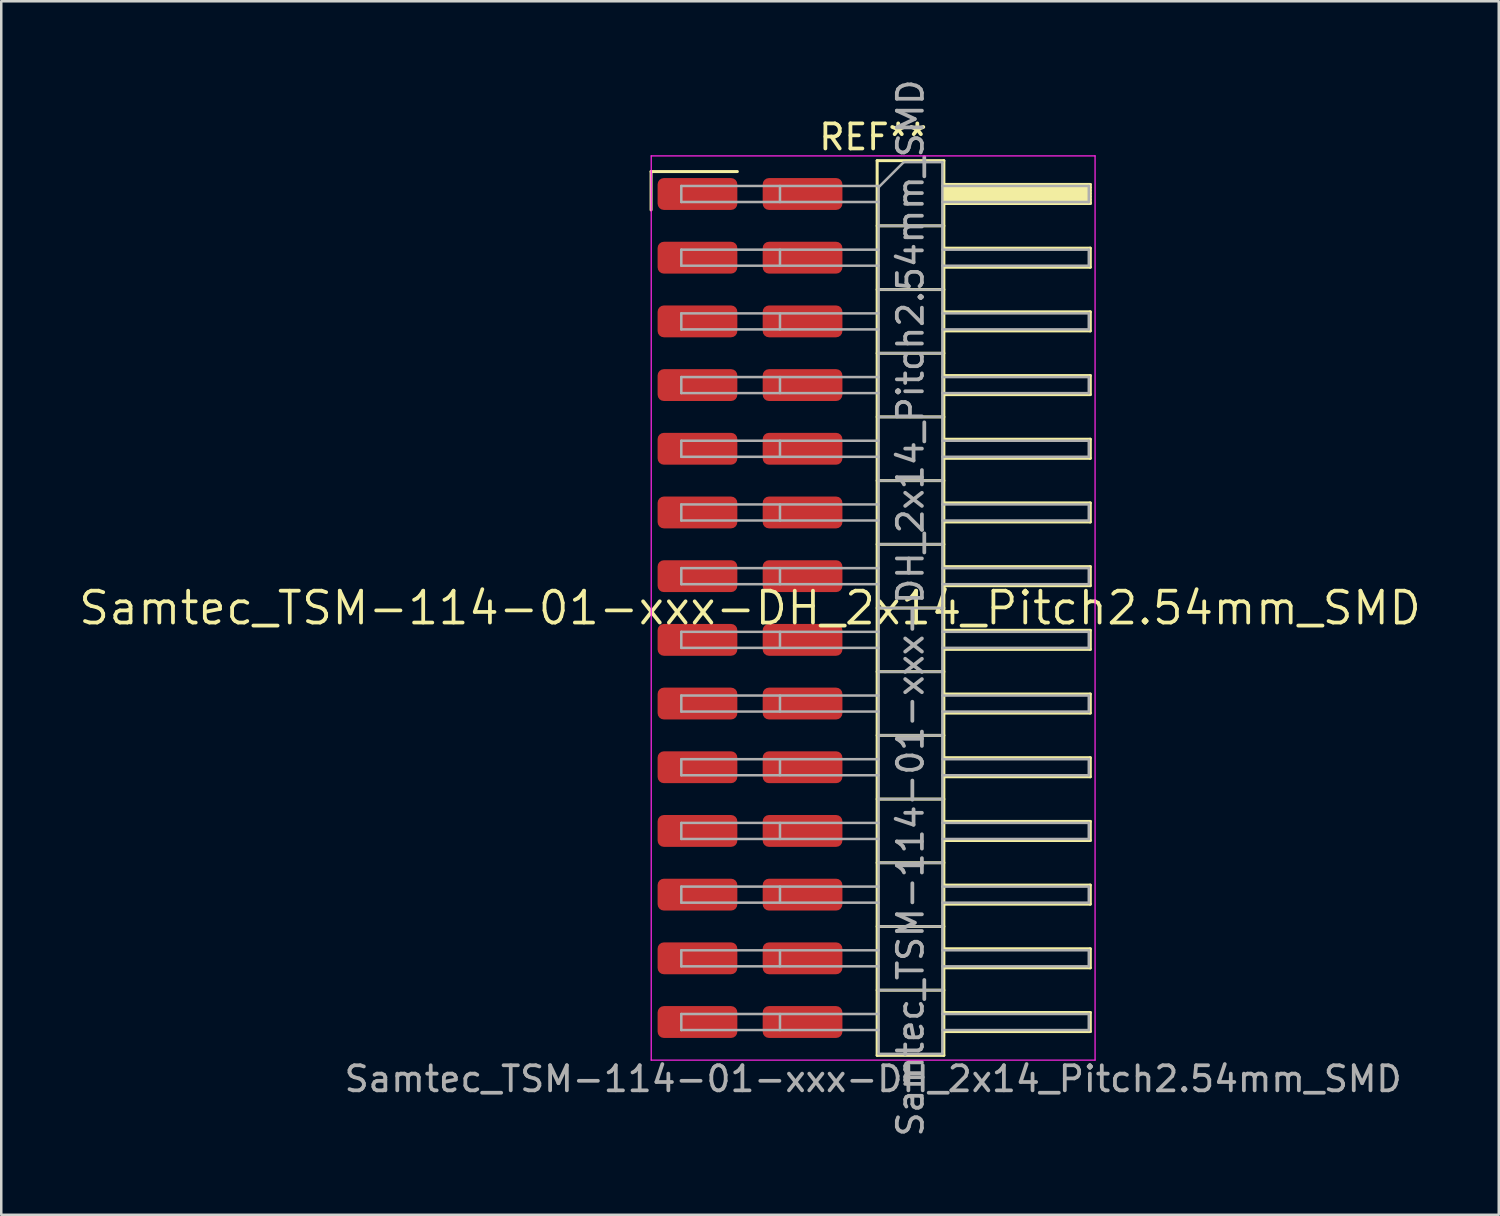
<source format=kicad_pcb>
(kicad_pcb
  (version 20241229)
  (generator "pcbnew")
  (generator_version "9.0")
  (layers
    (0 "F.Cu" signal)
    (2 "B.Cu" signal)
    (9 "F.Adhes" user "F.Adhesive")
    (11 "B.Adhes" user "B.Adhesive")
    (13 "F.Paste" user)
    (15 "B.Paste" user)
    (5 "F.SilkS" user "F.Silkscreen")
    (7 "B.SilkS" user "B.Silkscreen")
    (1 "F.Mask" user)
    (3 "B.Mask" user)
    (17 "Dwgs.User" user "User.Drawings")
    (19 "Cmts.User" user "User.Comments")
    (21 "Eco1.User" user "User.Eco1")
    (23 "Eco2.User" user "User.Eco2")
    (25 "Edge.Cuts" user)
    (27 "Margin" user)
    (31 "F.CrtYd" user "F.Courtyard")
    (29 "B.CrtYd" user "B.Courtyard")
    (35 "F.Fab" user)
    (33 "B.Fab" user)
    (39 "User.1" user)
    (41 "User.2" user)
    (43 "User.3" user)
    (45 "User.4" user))
  (footprint "Samtec_TSM-114-01-xxx-DH_2x14_Pitch2.54mm_SMD"
    (layer "F.Cu")
    (at 26.859 21.196)
    (property "Reference" "Samtec_TSM-114-01-xxx-DH_2x14_Pitch2.54mm_SMD" (at 0 0 0) (layer "F.SilkS") (effects (font (size 1.27 1.27) (thickness 0.15))))
    (attr smd)
    (fp_line (start -3.945 -17.405) (end -0.505 -17.405) (stroke (width 0.12) (type solid)) (layer "F.SilkS"))
    (fp_line (start -3.945 -15.875) (end -3.945 -17.405) (stroke (width 0.12) (type solid)) (layer "F.SilkS"))
    (fp_line (start 5.07 -17.84) (end 7.73 -17.84) (stroke (width 0.12) (type solid)) (layer "F.SilkS"))
    (fp_line (start 5.07 -15.24) (end 7.73 -15.24) (stroke (width 0.12) (type solid)) (layer "F.SilkS"))
    (fp_line (start 5.07 -12.7) (end 7.73 -12.7) (stroke (width 0.12) (type solid)) (layer "F.SilkS"))
    (fp_line (start 5.07 -10.16) (end 7.73 -10.16) (stroke (width 0.12) (type solid)) (layer "F.SilkS"))
    (fp_line (start 5.07 -7.62) (end 7.73 -7.62) (stroke (width 0.12) (type solid)) (layer "F.SilkS"))
    (fp_line (start 5.07 -5.08) (end 7.73 -5.08) (stroke (width 0.12) (type solid)) (layer "F.SilkS"))
    (fp_line (start 5.07 -2.54) (end 7.73 -2.54) (stroke (width 0.12) (type solid)) (layer "F.SilkS"))
    (fp_line (start 5.07 0) (end 7.73 0) (stroke (width 0.12) (type solid)) (layer "F.SilkS"))
    (fp_line (start 5.07 2.54) (end 7.73 2.54) (stroke (width 0.12) (type solid)) (layer "F.SilkS"))
    (fp_line (start 5.07 5.08) (end 7.73 5.08) (stroke (width 0.12) (type solid)) (layer "F.SilkS"))
    (fp_line (start 5.07 7.62) (end 7.73 7.62) (stroke (width 0.12) (type solid)) (layer "F.SilkS"))
    (fp_line (start 5.07 10.16) (end 7.73 10.16) (stroke (width 0.12) (type solid)) (layer "F.SilkS"))
    (fp_line (start 5.07 12.7) (end 7.73 12.7) (stroke (width 0.12) (type solid)) (layer "F.SilkS"))
    (fp_line (start 5.07 15.24) (end 7.73 15.24) (stroke (width 0.12) (type solid)) (layer "F.SilkS"))
    (fp_line (start 5.07 17.84) (end 5.07 -17.84) (stroke (width 0.12) (type solid)) (layer "F.SilkS"))
    (fp_line (start 7.73 -17.84) (end 7.73 17.84) (stroke (width 0.12) (type solid)) (layer "F.SilkS"))
    (fp_line (start 7.73 -16.89) (end 13.57 -16.89) (stroke (width 0.12) (type solid)) (layer "F.SilkS"))
    (fp_line (start 7.73 -16.77) (end 13.57 -16.77) (stroke (width 0.12) (type solid)) (layer "F.SilkS"))
    (fp_line (start 7.73 -16.65) (end 13.57 -16.65) (stroke (width 0.12) (type solid)) (layer "F.SilkS"))
    (fp_line (start 7.73 -16.53) (end 13.57 -16.53) (stroke (width 0.12) (type solid)) (layer "F.SilkS"))
    (fp_line (start 7.73 -16.41) (end 13.57 -16.41) (stroke (width 0.12) (type solid)) (layer "F.SilkS"))
    (fp_line (start 7.73 -16.29) (end 13.57 -16.29) (stroke (width 0.12) (type solid)) (layer "F.SilkS"))
    (fp_line (start 7.73 -16.17) (end 13.57 -16.17) (stroke (width 0.12) (type solid)) (layer "F.SilkS"))
    (fp_line (start 7.73 -16.13) (end 13.57 -16.13) (stroke (width 0.12) (type solid)) (layer "F.SilkS"))
    (fp_line (start 7.73 -14.35) (end 13.57 -14.35) (stroke (width 0.12) (type solid)) (layer "F.SilkS"))
    (fp_line (start 7.73 -13.59) (end 13.57 -13.59) (stroke (width 0.12) (type solid)) (layer "F.SilkS"))
    (fp_line (start 7.73 -11.81) (end 13.57 -11.81) (stroke (width 0.12) (type solid)) (layer "F.SilkS"))
    (fp_line (start 7.73 -11.05) (end 13.57 -11.05) (stroke (width 0.12) (type solid)) (layer "F.SilkS"))
    (fp_line (start 7.73 -9.27) (end 13.57 -9.27) (stroke (width 0.12) (type solid)) (layer "F.SilkS"))
    (fp_line (start 7.73 -8.51) (end 13.57 -8.51) (stroke (width 0.12) (type solid)) (layer "F.SilkS"))
    (fp_line (start 7.73 -6.73) (end 13.57 -6.73) (stroke (width 0.12) (type solid)) (layer "F.SilkS"))
    (fp_line (start 7.73 -5.97) (end 13.57 -5.97) (stroke (width 0.12) (type solid)) (layer "F.SilkS"))
    (fp_line (start 7.73 -4.19) (end 13.57 -4.19) (stroke (width 0.12) (type solid)) (layer "F.SilkS"))
    (fp_line (start 7.73 -3.43) (end 13.57 -3.43) (stroke (width 0.12) (type solid)) (layer "F.SilkS"))
    (fp_line (start 7.73 -1.65) (end 13.57 -1.65) (stroke (width 0.12) (type solid)) (layer "F.SilkS"))
    (fp_line (start 7.73 -0.89) (end 13.57 -0.89) (stroke (width 0.12) (type solid)) (layer "F.SilkS"))
    (fp_line (start 7.73 0.89) (end 13.57 0.89) (stroke (width 0.12) (type solid)) (layer "F.SilkS"))
    (fp_line (start 7.73 1.65) (end 13.57 1.65) (stroke (width 0.12) (type solid)) (layer "F.SilkS"))
    (fp_line (start 7.73 3.43) (end 13.57 3.43) (stroke (width 0.12) (type solid)) (layer "F.SilkS"))
    (fp_line (start 7.73 4.19) (end 13.57 4.19) (stroke (width 0.12) (type solid)) (layer "F.SilkS"))
    (fp_line (start 7.73 5.97) (end 13.57 5.97) (stroke (width 0.12) (type solid)) (layer "F.SilkS"))
    (fp_line (start 7.73 6.73) (end 13.57 6.73) (stroke (width 0.12) (type solid)) (layer "F.SilkS"))
    (fp_line (start 7.73 8.51) (end 13.57 8.51) (stroke (width 0.12) (type solid)) (layer "F.SilkS"))
    (fp_line (start 7.73 9.27) (end 13.57 9.27) (stroke (width 0.12) (type solid)) (layer "F.SilkS"))
    (fp_line (start 7.73 11.05) (end 13.57 11.05) (stroke (width 0.12) (type solid)) (layer "F.SilkS"))
    (fp_line (start 7.73 11.81) (end 13.57 11.81) (stroke (width 0.12) (type solid)) (layer "F.SilkS"))
    (fp_line (start 7.73 13.59) (end 13.57 13.59) (stroke (width 0.12) (type solid)) (layer "F.SilkS"))
    (fp_line (start 7.73 14.35) (end 13.57 14.35) (stroke (width 0.12) (type solid)) (layer "F.SilkS"))
    (fp_line (start 7.73 16.13) (end 13.57 16.13) (stroke (width 0.12) (type solid)) (layer "F.SilkS"))
    (fp_line (start 7.73 16.89) (end 13.57 16.89) (stroke (width 0.12) (type solid)) (layer "F.SilkS"))
    (fp_line (start 7.73 17.84) (end 5.07 17.84) (stroke (width 0.12) (type solid)) (layer "F.SilkS"))
    (fp_line (start 13.57 -16.89) (end 13.57 -16.13) (stroke (width 0.12) (type solid)) (layer "F.SilkS"))
    (fp_line (start 13.57 -14.35) (end 13.57 -13.59) (stroke (width 0.12) (type solid)) (layer "F.SilkS"))
    (fp_line (start 13.57 -11.81) (end 13.57 -11.05) (stroke (width 0.12) (type solid)) (layer "F.SilkS"))
    (fp_line (start 13.57 -9.27) (end 13.57 -8.51) (stroke (width 0.12) (type solid)) (layer "F.SilkS"))
    (fp_line (start 13.57 -6.73) (end 13.57 -5.97) (stroke (width 0.12) (type solid)) (layer "F.SilkS"))
    (fp_line (start 13.57 -4.19) (end 13.57 -3.43) (stroke (width 0.12) (type solid)) (layer "F.SilkS"))
    (fp_line (start 13.57 -1.65) (end 13.57 -0.89) (stroke (width 0.12) (type solid)) (layer "F.SilkS"))
    (fp_line (start 13.57 0.89) (end 13.57 1.65) (stroke (width 0.12) (type solid)) (layer "F.SilkS"))
    (fp_line (start 13.57 3.43) (end 13.57 4.19) (stroke (width 0.12) (type solid)) (layer "F.SilkS"))
    (fp_line (start 13.57 5.97) (end 13.57 6.73) (stroke (width 0.12) (type solid)) (layer "F.SilkS"))
    (fp_line (start 13.57 8.51) (end 13.57 9.27) (stroke (width 0.12) (type solid)) (layer "F.SilkS"))
    (fp_line (start 13.57 11.05) (end 13.57 11.81) (stroke (width 0.12) (type solid)) (layer "F.SilkS"))
    (fp_line (start 13.57 13.59) (end 13.57 14.35) (stroke (width 0.12) (type solid)) (layer "F.SilkS"))
    (fp_line (start 13.57 16.13) (end 13.57 16.89) (stroke (width 0.12) (type solid)) (layer "F.SilkS"))
    (fp_line (start -3.94 -18.03) (end 13.76 -18.03) (stroke (width 0.05) (type solid)) (layer "F.CrtYd"))
    (fp_line (start -3.94 18.03) (end -3.94 -18.03) (stroke (width 0.05) (type solid)) (layer "F.CrtYd"))
    (fp_line (start 13.76 -18.03) (end 13.76 18.03) (stroke (width 0.05) (type solid)) (layer "F.CrtYd"))
    (fp_line (start 13.76 18.03) (end -3.94 18.03) (stroke (width 0.05) (type solid)) (layer "F.CrtYd"))
    (fp_line (start -2.74 -16.83) (end -2.74 -16.19) (stroke (width 0.1) (type solid)) (layer "F.Fab"))
    (fp_line (start -2.74 -16.83) (end 5.13 -16.83) (stroke (width 0.1) (type solid)) (layer "F.Fab"))
    (fp_line (start -2.74 -16.19) (end 5.13 -16.19) (stroke (width 0.1) (type solid)) (layer "F.Fab"))
    (fp_line (start -2.74 -14.29) (end -2.74 -13.65) (stroke (width 0.1) (type solid)) (layer "F.Fab"))
    (fp_line (start -2.74 -14.29) (end 5.13 -14.29) (stroke (width 0.1) (type solid)) (layer "F.Fab"))
    (fp_line (start -2.74 -13.65) (end 5.13 -13.65) (stroke (width 0.1) (type solid)) (layer "F.Fab"))
    (fp_line (start -2.74 -11.75) (end -2.74 -11.11) (stroke (width 0.1) (type solid)) (layer "F.Fab"))
    (fp_line (start -2.74 -11.75) (end 5.13 -11.75) (stroke (width 0.1) (type solid)) (layer "F.Fab"))
    (fp_line (start -2.74 -11.11) (end 5.13 -11.11) (stroke (width 0.1) (type solid)) (layer "F.Fab"))
    (fp_line (start -2.74 -9.21) (end -2.74 -8.57) (stroke (width 0.1) (type solid)) (layer "F.Fab"))
    (fp_line (start -2.74 -9.21) (end 5.13 -9.21) (stroke (width 0.1) (type solid)) (layer "F.Fab"))
    (fp_line (start -2.74 -8.57) (end 5.13 -8.57) (stroke (width 0.1) (type solid)) (layer "F.Fab"))
    (fp_line (start -2.74 -6.67) (end -2.74 -6.03) (stroke (width 0.1) (type solid)) (layer "F.Fab"))
    (fp_line (start -2.74 -6.67) (end 5.13 -6.67) (stroke (width 0.1) (type solid)) (layer "F.Fab"))
    (fp_line (start -2.74 -6.03) (end 5.13 -6.03) (stroke (width 0.1) (type solid)) (layer "F.Fab"))
    (fp_line (start -2.74 -4.13) (end -2.74 -3.49) (stroke (width 0.1) (type solid)) (layer "F.Fab"))
    (fp_line (start -2.74 -4.13) (end 5.13 -4.13) (stroke (width 0.1) (type solid)) (layer "F.Fab"))
    (fp_line (start -2.74 -3.49) (end 5.13 -3.49) (stroke (width 0.1) (type solid)) (layer "F.Fab"))
    (fp_line (start -2.74 -1.59) (end -2.74 -0.95) (stroke (width 0.1) (type solid)) (layer "F.Fab"))
    (fp_line (start -2.74 -1.59) (end 5.13 -1.59) (stroke (width 0.1) (type solid)) (layer "F.Fab"))
    (fp_line (start -2.74 -0.95) (end 5.13 -0.95) (stroke (width 0.1) (type solid)) (layer "F.Fab"))
    (fp_line (start -2.74 0.95) (end -2.74 1.59) (stroke (width 0.1) (type solid)) (layer "F.Fab"))
    (fp_line (start -2.74 0.95) (end 5.13 0.95) (stroke (width 0.1) (type solid)) (layer "F.Fab"))
    (fp_line (start -2.74 1.59) (end 5.13 1.59) (stroke (width 0.1) (type solid)) (layer "F.Fab"))
    (fp_line (start -2.74 3.49) (end -2.74 4.13) (stroke (width 0.1) (type solid)) (layer "F.Fab"))
    (fp_line (start -2.74 3.49) (end 5.13 3.49) (stroke (width 0.1) (type solid)) (layer "F.Fab"))
    (fp_line (start -2.74 4.13) (end 5.13 4.13) (stroke (width 0.1) (type solid)) (layer "F.Fab"))
    (fp_line (start -2.74 6.03) (end -2.74 6.67) (stroke (width 0.1) (type solid)) (layer "F.Fab"))
    (fp_line (start -2.74 6.03) (end 5.13 6.03) (stroke (width 0.1) (type solid)) (layer "F.Fab"))
    (fp_line (start -2.74 6.67) (end 5.13 6.67) (stroke (width 0.1) (type solid)) (layer "F.Fab"))
    (fp_line (start -2.74 8.57) (end -2.74 9.21) (stroke (width 0.1) (type solid)) (layer "F.Fab"))
    (fp_line (start -2.74 8.57) (end 5.13 8.57) (stroke (width 0.1) (type solid)) (layer "F.Fab"))
    (fp_line (start -2.74 9.21) (end 5.13 9.21) (stroke (width 0.1) (type solid)) (layer "F.Fab"))
    (fp_line (start -2.74 11.11) (end -2.74 11.75) (stroke (width 0.1) (type solid)) (layer "F.Fab"))
    (fp_line (start -2.74 11.11) (end 5.13 11.11) (stroke (width 0.1) (type solid)) (layer "F.Fab"))
    (fp_line (start -2.74 11.75) (end 5.13 11.75) (stroke (width 0.1) (type solid)) (layer "F.Fab"))
    (fp_line (start -2.74 13.65) (end -2.74 14.29) (stroke (width 0.1) (type solid)) (layer "F.Fab"))
    (fp_line (start -2.74 13.65) (end 5.13 13.65) (stroke (width 0.1) (type solid)) (layer "F.Fab"))
    (fp_line (start -2.74 14.29) (end 5.13 14.29) (stroke (width 0.1) (type solid)) (layer "F.Fab"))
    (fp_line (start -2.74 16.19) (end -2.74 16.83) (stroke (width 0.1) (type solid)) (layer "F.Fab"))
    (fp_line (start -2.74 16.19) (end 5.13 16.19) (stroke (width 0.1) (type solid)) (layer "F.Fab"))
    (fp_line (start -2.74 16.83) (end 5.13 16.83) (stroke (width 0.1) (type solid)) (layer "F.Fab"))
    (fp_line (start 1.195 -16.83) (end 1.195 -16.19) (stroke (width 0.1) (type solid)) (layer "F.Fab"))
    (fp_line (start 1.195 -14.29) (end 1.195 -13.65) (stroke (width 0.1) (type solid)) (layer "F.Fab"))
    (fp_line (start 1.195 -11.75) (end 1.195 -11.11) (stroke (width 0.1) (type solid)) (layer "F.Fab"))
    (fp_line (start 1.195 -9.21) (end 1.195 -8.57) (stroke (width 0.1) (type solid)) (layer "F.Fab"))
    (fp_line (start 1.195 -6.67) (end 1.195 -6.03) (stroke (width 0.1) (type solid)) (layer "F.Fab"))
    (fp_line (start 1.195 -4.13) (end 1.195 -3.49) (stroke (width 0.1) (type solid)) (layer "F.Fab"))
    (fp_line (start 1.195 -1.59) (end 1.195 -0.95) (stroke (width 0.1) (type solid)) (layer "F.Fab"))
    (fp_line (start 1.195 0.95) (end 1.195 1.59) (stroke (width 0.1) (type solid)) (layer "F.Fab"))
    (fp_line (start 1.195 3.49) (end 1.195 4.13) (stroke (width 0.1) (type solid)) (layer "F.Fab"))
    (fp_line (start 1.195 6.03) (end 1.195 6.67) (stroke (width 0.1) (type solid)) (layer "F.Fab"))
    (fp_line (start 1.195 8.57) (end 1.195 9.21) (stroke (width 0.1) (type solid)) (layer "F.Fab"))
    (fp_line (start 1.195 11.11) (end 1.195 11.75) (stroke (width 0.1) (type solid)) (layer "F.Fab"))
    (fp_line (start 1.195 13.65) (end 1.195 14.29) (stroke (width 0.1) (type solid)) (layer "F.Fab"))
    (fp_line (start 1.195 16.19) (end 1.195 16.83) (stroke (width 0.1) (type solid)) (layer "F.Fab"))
    (fp_line (start 5.13 -16.78) (end 6.13 -17.78) (stroke (width 0.1) (type solid)) (layer "F.Fab"))
    (fp_line (start 5.13 -15.24) (end 7.67 -15.24) (stroke (width 0.1) (type solid)) (layer "F.Fab"))
    (fp_line (start 5.13 -12.7) (end 7.67 -12.7) (stroke (width 0.1) (type solid)) (layer "F.Fab"))
    (fp_line (start 5.13 -10.16) (end 7.67 -10.16) (stroke (width 0.1) (type solid)) (layer "F.Fab"))
    (fp_line (start 5.13 -7.62) (end 7.67 -7.62) (stroke (width 0.1) (type solid)) (layer "F.Fab"))
    (fp_line (start 5.13 -5.08) (end 7.67 -5.08) (stroke (width 0.1) (type solid)) (layer "F.Fab"))
    (fp_line (start 5.13 -2.54) (end 7.67 -2.54) (stroke (width 0.1) (type solid)) (layer "F.Fab"))
    (fp_line (start 5.13 0) (end 7.67 0) (stroke (width 0.1) (type solid)) (layer "F.Fab"))
    (fp_line (start 5.13 2.54) (end 7.67 2.54) (stroke (width 0.1) (type solid)) (layer "F.Fab"))
    (fp_line (start 5.13 5.08) (end 7.67 5.08) (stroke (width 0.1) (type solid)) (layer "F.Fab"))
    (fp_line (start 5.13 7.62) (end 7.67 7.62) (stroke (width 0.1) (type solid)) (layer "F.Fab"))
    (fp_line (start 5.13 10.16) (end 7.67 10.16) (stroke (width 0.1) (type solid)) (layer "F.Fab"))
    (fp_line (start 5.13 12.7) (end 7.67 12.7) (stroke (width 0.1) (type solid)) (layer "F.Fab"))
    (fp_line (start 5.13 15.24) (end 7.67 15.24) (stroke (width 0.1) (type solid)) (layer "F.Fab"))
    (fp_line (start 5.13 17.78) (end 5.13 -16.78) (stroke (width 0.1) (type solid)) (layer "F.Fab"))
    (fp_line (start 6.13 -17.78) (end 7.67 -17.78) (stroke (width 0.1) (type solid)) (layer "F.Fab"))
    (fp_line (start 7.67 -17.78) (end 7.67 17.78) (stroke (width 0.1) (type solid)) (layer "F.Fab"))
    (fp_line (start 7.67 -16.83) (end 13.51 -16.83) (stroke (width 0.1) (type solid)) (layer "F.Fab"))
    (fp_line (start 7.67 -16.19) (end 13.51 -16.19) (stroke (width 0.1) (type solid)) (layer "F.Fab"))
    (fp_line (start 7.67 -14.29) (end 13.51 -14.29) (stroke (width 0.1) (type solid)) (layer "F.Fab"))
    (fp_line (start 7.67 -13.65) (end 13.51 -13.65) (stroke (width 0.1) (type solid)) (layer "F.Fab"))
    (fp_line (start 7.67 -11.75) (end 13.51 -11.75) (stroke (width 0.1) (type solid)) (layer "F.Fab"))
    (fp_line (start 7.67 -11.11) (end 13.51 -11.11) (stroke (width 0.1) (type solid)) (layer "F.Fab"))
    (fp_line (start 7.67 -9.21) (end 13.51 -9.21) (stroke (width 0.1) (type solid)) (layer "F.Fab"))
    (fp_line (start 7.67 -8.57) (end 13.51 -8.57) (stroke (width 0.1) (type solid)) (layer "F.Fab"))
    (fp_line (start 7.67 -6.67) (end 13.51 -6.67) (stroke (width 0.1) (type solid)) (layer "F.Fab"))
    (fp_line (start 7.67 -6.03) (end 13.51 -6.03) (stroke (width 0.1) (type solid)) (layer "F.Fab"))
    (fp_line (start 7.67 -4.13) (end 13.51 -4.13) (stroke (width 0.1) (type solid)) (layer "F.Fab"))
    (fp_line (start 7.67 -3.49) (end 13.51 -3.49) (stroke (width 0.1) (type solid)) (layer "F.Fab"))
    (fp_line (start 7.67 -1.59) (end 13.51 -1.59) (stroke (width 0.1) (type solid)) (layer "F.Fab"))
    (fp_line (start 7.67 -0.95) (end 13.51 -0.95) (stroke (width 0.1) (type solid)) (layer "F.Fab"))
    (fp_line (start 7.67 0.95) (end 13.51 0.95) (stroke (width 0.1) (type solid)) (layer "F.Fab"))
    (fp_line (start 7.67 1.59) (end 13.51 1.59) (stroke (width 0.1) (type solid)) (layer "F.Fab"))
    (fp_line (start 7.67 3.49) (end 13.51 3.49) (stroke (width 0.1) (type solid)) (layer "F.Fab"))
    (fp_line (start 7.67 4.13) (end 13.51 4.13) (stroke (width 0.1) (type solid)) (layer "F.Fab"))
    (fp_line (start 7.67 6.03) (end 13.51 6.03) (stroke (width 0.1) (type solid)) (layer "F.Fab"))
    (fp_line (start 7.67 6.67) (end 13.51 6.67) (stroke (width 0.1) (type solid)) (layer "F.Fab"))
    (fp_line (start 7.67 8.57) (end 13.51 8.57) (stroke (width 0.1) (type solid)) (layer "F.Fab"))
    (fp_line (start 7.67 9.21) (end 13.51 9.21) (stroke (width 0.1) (type solid)) (layer "F.Fab"))
    (fp_line (start 7.67 11.11) (end 13.51 11.11) (stroke (width 0.1) (type solid)) (layer "F.Fab"))
    (fp_line (start 7.67 11.75) (end 13.51 11.75) (stroke (width 0.1) (type solid)) (layer "F.Fab"))
    (fp_line (start 7.67 13.65) (end 13.51 13.65) (stroke (width 0.1) (type solid)) (layer "F.Fab"))
    (fp_line (start 7.67 14.29) (end 13.51 14.29) (stroke (width 0.1) (type solid)) (layer "F.Fab"))
    (fp_line (start 7.67 16.19) (end 13.51 16.19) (stroke (width 0.1) (type solid)) (layer "F.Fab"))
    (fp_line (start 7.67 16.83) (end 13.51 16.83) (stroke (width 0.1) (type solid)) (layer "F.Fab"))
    (fp_line (start 7.67 17.78) (end 5.13 17.78) (stroke (width 0.1) (type solid)) (layer "F.Fab"))
    (fp_line (start 13.51 -16.83) (end 13.51 -16.19) (stroke (width 0.1) (type solid)) (layer "F.Fab"))
    (fp_line (start 13.51 -14.29) (end 13.51 -13.65) (stroke (width 0.1) (type solid)) (layer "F.Fab"))
    (fp_line (start 13.51 -11.75) (end 13.51 -11.11) (stroke (width 0.1) (type solid)) (layer "F.Fab"))
    (fp_line (start 13.51 -9.21) (end 13.51 -8.57) (stroke (width 0.1) (type solid)) (layer "F.Fab"))
    (fp_line (start 13.51 -6.67) (end 13.51 -6.03) (stroke (width 0.1) (type solid)) (layer "F.Fab"))
    (fp_line (start 13.51 -4.13) (end 13.51 -3.49) (stroke (width 0.1) (type solid)) (layer "F.Fab"))
    (fp_line (start 13.51 -1.59) (end 13.51 -0.95) (stroke (width 0.1) (type solid)) (layer "F.Fab"))
    (fp_line (start 13.51 0.95) (end 13.51 1.59) (stroke (width 0.1) (type solid)) (layer "F.Fab"))
    (fp_line (start 13.51 3.49) (end 13.51 4.13) (stroke (width 0.1) (type solid)) (layer "F.Fab"))
    (fp_line (start 13.51 6.03) (end 13.51 6.67) (stroke (width 0.1) (type solid)) (layer "F.Fab"))
    (fp_line (start 13.51 8.57) (end 13.51 9.21) (stroke (width 0.1) (type solid)) (layer "F.Fab"))
    (fp_line (start 13.51 11.11) (end 13.51 11.75) (stroke (width 0.1) (type solid)) (layer "F.Fab"))
    (fp_line (start 13.51 13.65) (end 13.51 14.29) (stroke (width 0.1) (type solid)) (layer "F.Fab"))
    (fp_line (start 13.51 16.19) (end 13.51 16.83) (stroke (width 0.1) (type solid)) (layer "F.Fab"))
    (fp_text user "REF**" (at 4.91 -18.78 0) (layer "F.SilkS") (effects (font (size 1 1) (thickness 0.15))))
    (fp_text user "Samtec_TSM-114-01-xxx-DH_2x14_Pitch2.54mm_SMD" (at 4.91 18.78 0) (layer "F.Fab") (effects (font (size 1 1) (thickness 0.15))))
    (fp_text user "${REFERENCE}" (at 6.4 0 90) (layer "F.Fab") (effects (font (size 1 1) (thickness 0.15))))
    (pad "1" smd roundrect (at -2.095 -16.51) (size 3.18 1.27) (layers "F.Cu" "F.Mask" "F.Paste") (roundrect_rratio 0.197))
    (pad "2" smd roundrect (at 2.095 -16.51) (size 3.18 1.27) (layers "F.Cu" "F.Mask" "F.Paste") (roundrect_rratio 0.197))
    (pad "3" smd roundrect (at -2.095 -13.97) (size 3.18 1.27) (layers "F.Cu" "F.Mask" "F.Paste") (roundrect_rratio 0.197))
    (pad "4" smd roundrect (at 2.095 -13.97) (size 3.18 1.27) (layers "F.Cu" "F.Mask" "F.Paste") (roundrect_rratio 0.197))
    (pad "5" smd roundrect (at -2.095 -11.43) (size 3.18 1.27) (layers "F.Cu" "F.Mask" "F.Paste") (roundrect_rratio 0.197))
    (pad "6" smd roundrect (at 2.095 -11.43) (size 3.18 1.27) (layers "F.Cu" "F.Mask" "F.Paste") (roundrect_rratio 0.197))
    (pad "7" smd roundrect (at -2.095 -8.89) (size 3.18 1.27) (layers "F.Cu" "F.Mask" "F.Paste") (roundrect_rratio 0.197))
    (pad "8" smd roundrect (at 2.095 -8.89) (size 3.18 1.27) (layers "F.Cu" "F.Mask" "F.Paste") (roundrect_rratio 0.197))
    (pad "9" smd roundrect (at -2.095 -6.35) (size 3.18 1.27) (layers "F.Cu" "F.Mask" "F.Paste") (roundrect_rratio 0.197))
    (pad "10" smd roundrect (at 2.095 -6.35) (size 3.18 1.27) (layers "F.Cu" "F.Mask" "F.Paste") (roundrect_rratio 0.197))
    (pad "11" smd roundrect (at -2.095 -3.81) (size 3.18 1.27) (layers "F.Cu" "F.Mask" "F.Paste") (roundrect_rratio 0.197))
    (pad "12" smd roundrect (at 2.095 -3.81) (size 3.18 1.27) (layers "F.Cu" "F.Mask" "F.Paste") (roundrect_rratio 0.197))
    (pad "13" smd roundrect (at -2.095 -1.27) (size 3.18 1.27) (layers "F.Cu" "F.Mask" "F.Paste") (roundrect_rratio 0.197))
    (pad "14" smd roundrect (at 2.095 -1.27) (size 3.18 1.27) (layers "F.Cu" "F.Mask" "F.Paste") (roundrect_rratio 0.197))
    (pad "15" smd roundrect (at -2.095 1.27) (size 3.18 1.27) (layers "F.Cu" "F.Mask" "F.Paste") (roundrect_rratio 0.197))
    (pad "16" smd roundrect (at 2.095 1.27) (size 3.18 1.27) (layers "F.Cu" "F.Mask" "F.Paste") (roundrect_rratio 0.197))
    (pad "17" smd roundrect (at -2.095 3.81) (size 3.18 1.27) (layers "F.Cu" "F.Mask" "F.Paste") (roundrect_rratio 0.197))
    (pad "18" smd roundrect (at 2.095 3.81) (size 3.18 1.27) (layers "F.Cu" "F.Mask" "F.Paste") (roundrect_rratio 0.197))
    (pad "19" smd roundrect (at -2.095 6.35) (size 3.18 1.27) (layers "F.Cu" "F.Mask" "F.Paste") (roundrect_rratio 0.197))
    (pad "20" smd roundrect (at 2.095 6.35) (size 3.18 1.27) (layers "F.Cu" "F.Mask" "F.Paste") (roundrect_rratio 0.197))
    (pad "21" smd roundrect (at -2.095 8.89) (size 3.18 1.27) (layers "F.Cu" "F.Mask" "F.Paste") (roundrect_rratio 0.197))
    (pad "22" smd roundrect (at 2.095 8.89) (size 3.18 1.27) (layers "F.Cu" "F.Mask" "F.Paste") (roundrect_rratio 0.197))
    (pad "23" smd roundrect (at -2.095 11.43) (size 3.18 1.27) (layers "F.Cu" "F.Mask" "F.Paste") (roundrect_rratio 0.197))
    (pad "24" smd roundrect (at 2.095 11.43) (size 3.18 1.27) (layers "F.Cu" "F.Mask" "F.Paste") (roundrect_rratio 0.197))
    (pad "25" smd roundrect (at -2.095 13.97) (size 3.18 1.27) (layers "F.Cu" "F.Mask" "F.Paste") (roundrect_rratio 0.197))
    (pad "26" smd roundrect (at 2.095 13.97) (size 3.18 1.27) (layers "F.Cu" "F.Mask" "F.Paste") (roundrect_rratio 0.197))
    (pad "27" smd roundrect (at -2.095 16.51) (size 3.18 1.27) (layers "F.Cu" "F.Mask" "F.Paste") (roundrect_rratio 0.197))
    (pad "28" smd roundrect (at 2.095 16.51) (size 3.18 1.27) (layers "F.Cu" "F.Mask" "F.Paste") (roundrect_rratio 0.197)))
  (gr_rect
    (start -3 -3)
    (end 56.717 45.393)
    (stroke (width 0.1) (type default))
    (fill no)
    (layer "Edge.Cuts")))
</source>
